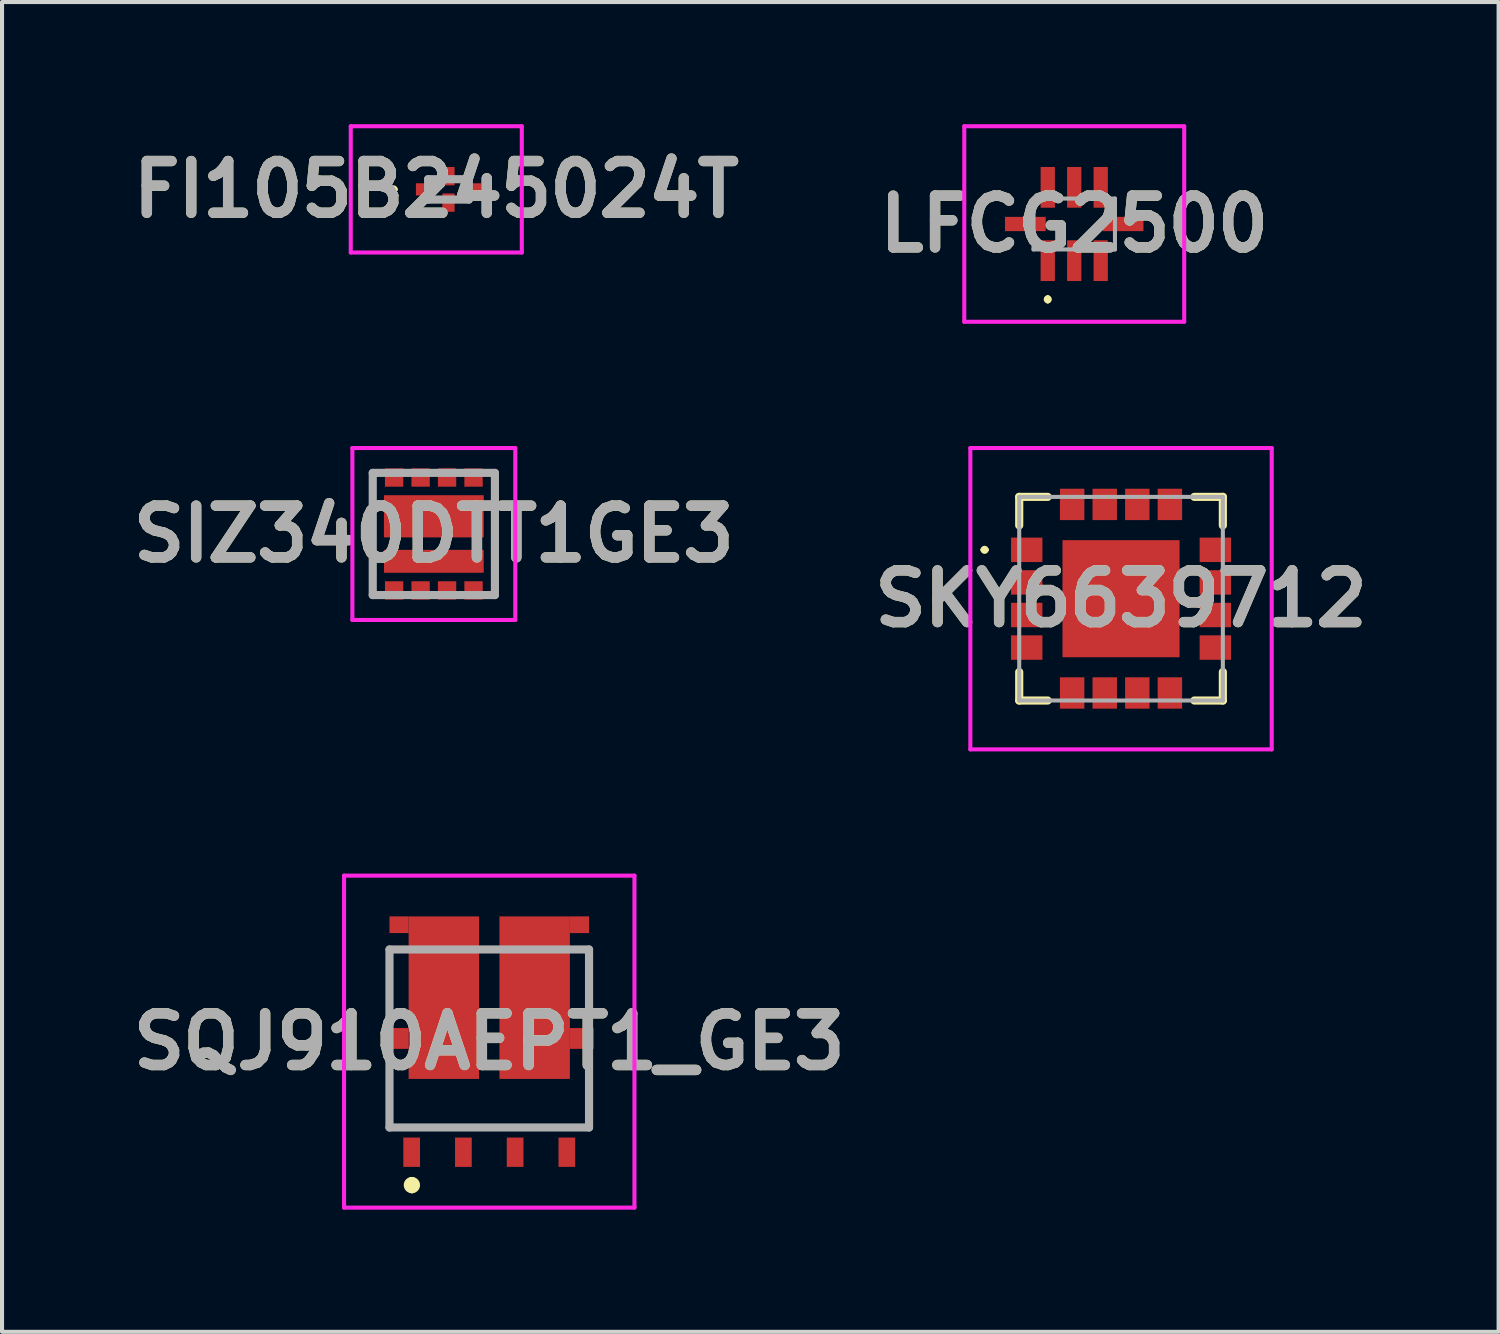
<source format=kicad_pcb>
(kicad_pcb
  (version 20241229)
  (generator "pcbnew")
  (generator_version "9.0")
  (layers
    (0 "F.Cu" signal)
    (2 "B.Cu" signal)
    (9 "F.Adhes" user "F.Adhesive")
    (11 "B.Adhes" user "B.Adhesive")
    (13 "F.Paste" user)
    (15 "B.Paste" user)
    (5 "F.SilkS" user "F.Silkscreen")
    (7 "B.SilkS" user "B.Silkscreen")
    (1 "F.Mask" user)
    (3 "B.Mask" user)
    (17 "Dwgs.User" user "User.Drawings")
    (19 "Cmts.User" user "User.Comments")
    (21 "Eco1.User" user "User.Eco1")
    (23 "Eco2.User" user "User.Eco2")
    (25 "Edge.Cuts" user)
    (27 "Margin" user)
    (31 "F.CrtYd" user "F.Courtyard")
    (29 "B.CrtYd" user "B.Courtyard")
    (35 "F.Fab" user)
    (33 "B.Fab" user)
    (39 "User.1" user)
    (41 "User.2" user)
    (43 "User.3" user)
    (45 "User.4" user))
  (footprint "LFCG2500"
    (layer "F.Cu")
    (at 23.326 2.45)
    (property "Reference" "LFCG2500" (at 0 0 0) (layer "F.SilkS") (effects (font (size 1.27 1.27) (thickness 0.254))))
    (attr smd)
    (fp_line (start -0.65 1.8) (end -0.65 1.8) (stroke (width 0.1) (type solid)) (layer "F.SilkS"))
    (fp_line (start -0.65 1.9) (end -0.65 1.9) (stroke (width 0.1) (type solid)) (layer "F.SilkS"))
    (fp_arc (start -0.65 1.8) (mid -0.6 1.85) (end -0.65 1.9) (stroke (width 0.1) (type solid)) (layer "F.SilkS"))
    (fp_arc (start -0.65 1.9) (mid -0.7 1.85) (end -0.65 1.8) (stroke (width 0.1) (type solid)) (layer "F.SilkS"))
    (fp_line (start -2.7 -2.4) (end 2.7 -2.4) (stroke (width 0.1) (type solid)) (layer "F.CrtYd"))
    (fp_line (start -2.7 2.4) (end -2.7 -2.4) (stroke (width 0.1) (type solid)) (layer "F.CrtYd"))
    (fp_line (start 2.7 -2.4) (end 2.7 2.4) (stroke (width 0.1) (type solid)) (layer "F.CrtYd"))
    (fp_line (start 2.7 2.4) (end -2.7 2.4) (stroke (width 0.1) (type solid)) (layer "F.CrtYd"))
    (fp_line (start -1 -0.625) (end 1 -0.625) (stroke (width 0.1) (type solid)) (layer "F.Fab"))
    (fp_line (start -1 0.625) (end -1 -0.625) (stroke (width 0.1) (type solid)) (layer "F.Fab"))
    (fp_line (start 1 -0.625) (end 1 0.625) (stroke (width 0.1) (type solid)) (layer "F.Fab"))
    (fp_line (start 1 0.625) (end -1 0.625) (stroke (width 0.1) (type solid)) (layer "F.Fab"))
    (fp_text user "${REFERENCE}" (at 0 0 0) (layer "F.Fab") (effects (font (size 1.27 1.27) (thickness 0.254))))
    (pad "1" smd rect (at -0.65 0.9) (size 0.35 1) (layers "F.Cu" "F.Mask" "F.Paste"))
    (pad "2" smd rect (at 0 0.9) (size 0.35 1) (layers "F.Cu" "F.Mask" "F.Paste"))
    (pad "3" smd rect (at 0.65 0.9) (size 0.35 1) (layers "F.Cu" "F.Mask" "F.Paste"))
    (pad "4" smd rect (at 1.2 0 90) (size 0.35 1) (layers "F.Cu" "F.Mask" "F.Paste"))
    (pad "5" smd rect (at 0.65 -0.9) (size 0.35 1) (layers "F.Cu" "F.Mask" "F.Paste"))
    (pad "6" smd rect (at 0 -0.9) (size 0.35 1) (layers "F.Cu" "F.Mask" "F.Paste"))
    (pad "7" smd rect (at -0.65 -0.9) (size 0.35 1) (layers "F.Cu" "F.Mask" "F.Paste"))
    (pad "8" smd rect (at -1.2 0 90) (size 0.35 1) (layers "F.Cu" "F.Mask" "F.Paste")))
  (footprint "SIZ340DTT1GE3"
    (layer "F.Cu")
    (at 7.602 10.061)
    (property "Reference" "SIZ340DTT1GE3" (at 0 0 0) (layer "F.SilkS") (effects (font (size 1.27 1.27) (thickness 0.254))))
    (attr smd)
    (fp_line (start -1.5 -1.5) (end -1.5 1.5) (stroke (width 0.1) (type solid)) (layer "F.SilkS"))
    (fp_line (start 1.5 1.5) (end 1.5 -1.5) (stroke (width 0.1) (type solid)) (layer "F.SilkS"))
    (fp_line (start -2 -2.111) (end 2 -2.111) (stroke (width 0.1) (type solid)) (layer "F.CrtYd"))
    (fp_line (start -2 2.111) (end -2 -2.111) (stroke (width 0.1) (type solid)) (layer "F.CrtYd"))
    (fp_line (start 2 -2.111) (end 2 2.111) (stroke (width 0.1) (type solid)) (layer "F.CrtYd"))
    (fp_line (start 2 2.111) (end -2 2.111) (stroke (width 0.1) (type solid)) (layer "F.CrtYd"))
    (fp_line (start -1.5 -1.5) (end 1.5 -1.5) (stroke (width 0.2) (type solid)) (layer "F.Fab"))
    (fp_line (start -1.5 1.5) (end -1.5 -1.5) (stroke (width 0.2) (type solid)) (layer "F.Fab"))
    (fp_line (start 1.5 -1.5) (end 1.5 1.5) (stroke (width 0.2) (type solid)) (layer "F.Fab"))
    (fp_line (start 1.5 1.5) (end -1.5 1.5) (stroke (width 0.2) (type solid)) (layer "F.Fab"))
    (fp_text user "${REFERENCE}" (at 0 0 0) (layer "F.Fab") (effects (font (size 1.27 1.27) (thickness 0.254))))
    (pad "1" smd rect (at -0.975 1.386 90) (size 0.45 0.45) (layers "F.Cu" "F.Mask" "F.Paste"))
    (pad "2" smd rect (at -0.325 1.386 90) (size 0.45 0.45) (layers "F.Cu" "F.Mask" "F.Paste"))
    (pad "3" smd rect (at 0.325 1.386 90) (size 0.45 0.45) (layers "F.Cu" "F.Mask" "F.Paste"))
    (pad "4" smd rect (at 0.975 1.386 90) (size 0.45 0.45) (layers "F.Cu" "F.Mask" "F.Paste"))
    (pad "5" smd rect (at 0.975 -1.386 90) (size 0.45 0.45) (layers "F.Cu" "F.Mask" "F.Paste"))
    (pad "6" smd rect (at 0.325 -1.386 90) (size 0.45 0.45) (layers "F.Cu" "F.Mask" "F.Paste"))
    (pad "7" smd rect (at -0.325 -1.386 90) (size 0.45 0.45) (layers "F.Cu" "F.Mask" "F.Paste"))
    (pad "8" smd rect (at -0.975 -1.386 90) (size 0.45 0.45) (layers "F.Cu" "F.Mask" "F.Paste"))
    (pad "9" smd rect (at 0 -0.434 90) (size 1.036 2.45) (layers "F.Cu" "F.Mask" "F.Paste"))
    (pad "10" smd rect (at 0 0.671 90) (size 0.562 2.45) (layers "F.Cu" "F.Mask" "F.Paste")))
  (footprint "FI105B245024T"
    (layer "F.Cu")
    (at 7.962 1.6)
    (property "Reference" "FI105B245024T" (at -0.3 0 0) (layer "F.SilkS") (effects (font (size 1.27 1.27) (thickness 0.254))))
    (attr smd)
    (fp_line (start -1.4 0) (end -1.4 0) (stroke (width 0.1) (type solid)) (layer "F.SilkS"))
    (fp_line (start -1.3 0) (end -1.3 0) (stroke (width 0.1) (type solid)) (layer "F.SilkS"))
    (fp_arc (start -1.4 0) (mid -1.35 -0.05) (end -1.3 0) (stroke (width 0.1) (type solid)) (layer "F.SilkS"))
    (fp_arc (start -1.3 0) (mid -1.35 0.05) (end -1.4 0) (stroke (width 0.1) (type solid)) (layer "F.SilkS"))
    (fp_line (start -2.4 -1.55) (end 1.8 -1.55) (stroke (width 0.1) (type solid)) (layer "F.CrtYd"))
    (fp_line (start -2.4 1.55) (end -2.4 -1.55) (stroke (width 0.1) (type solid)) (layer "F.CrtYd"))
    (fp_line (start 1.8 -1.55) (end 1.8 1.55) (stroke (width 0.1) (type solid)) (layer "F.CrtYd"))
    (fp_line (start 1.8 1.55) (end -2.4 1.55) (stroke (width 0.1) (type solid)) (layer "F.CrtYd"))
    (fp_line (start -0.5 -0.25) (end 0.5 -0.25) (stroke (width 0.2) (type solid)) (layer "F.Fab"))
    (fp_line (start -0.5 0.25) (end -0.5 -0.25) (stroke (width 0.2) (type solid)) (layer "F.Fab"))
    (fp_line (start 0.5 -0.25) (end 0.5 0.25) (stroke (width 0.2) (type solid)) (layer "F.Fab"))
    (fp_line (start 0.5 0.25) (end -0.5 0.25) (stroke (width 0.2) (type solid)) (layer "F.Fab"))
    (fp_text user "${REFERENCE}" (at -0.3 0 0) (layer "F.Fab") (effects (font (size 1.27 1.27) (thickness 0.254))))
    (pad "1" smd rect (at -0.575 0 90) (size 0.3 0.45) (layers "F.Cu" "F.Mask" "F.Paste"))
    (pad "2" smd rect (at 0 0.325) (size 0.3 0.45) (layers "F.Cu" "F.Mask" "F.Paste"))
    (pad "3" smd rect (at 0.575 0 90) (size 0.3 0.45) (layers "F.Cu" "F.Mask" "F.Paste"))
    (pad "4" smd rect (at 0 -0.325) (size 0.3 0.45) (layers "F.Cu" "F.Mask" "F.Paste")))
  (footprint "SQJ910AEPT1_GE3"
    (layer "F.Cu")
    (at 8.963 22.448)
    (property "Reference" "SQJ910AEPT1_GE3" (at 0 0.077 0) (layer "F.SilkS") (effects (font (size 1.27 1.27) (thickness 0.254))))
    (attr smd)
    (fp_line (start -2.45 1) (end -2.446 2.185) (stroke (width 0.1) (type solid)) (layer "F.SilkS"))
    (fp_line (start -2.446 -2.185) (end -2.446 -0.5) (stroke (width 0.1) (type solid)) (layer "F.SilkS"))
    (fp_line (start -2.446 2.185) (end 2.45 2.185) (stroke (width 0.1) (type solid)) (layer "F.SilkS"))
    (fp_line (start -1.9 3.5) (end -1.9 3.5) (stroke (width 0.2) (type solid)) (layer "F.SilkS"))
    (fp_line (start -1.9 3.7) (end -1.9 3.7) (stroke (width 0.2) (type solid)) (layer "F.SilkS"))
    (fp_line (start 2.45 -2.185) (end 2.45 -0.5) (stroke (width 0.1) (type solid)) (layer "F.SilkS"))
    (fp_line (start 2.45 2.185) (end 2.45 1) (stroke (width 0.1) (type solid)) (layer "F.SilkS"))
    (fp_arc (start -1.9 3.5) (mid -1.8 3.6) (end -1.9 3.7) (stroke (width 0.2) (type solid)) (layer "F.SilkS"))
    (fp_arc (start -1.9 3.7) (mid -2 3.6) (end -1.9 3.5) (stroke (width 0.2) (type solid)) (layer "F.SilkS"))
    (fp_line (start -3.565 -3.998) (end 3.565 -3.998) (stroke (width 0.1) (type solid)) (layer "F.CrtYd"))
    (fp_line (start -3.565 4.153) (end -3.565 -3.998) (stroke (width 0.1) (type solid)) (layer "F.CrtYd"))
    (fp_line (start 3.565 -3.998) (end 3.565 4.153) (stroke (width 0.1) (type solid)) (layer "F.CrtYd"))
    (fp_line (start 3.565 4.153) (end -3.565 4.153) (stroke (width 0.1) (type solid)) (layer "F.CrtYd"))
    (fp_line (start -2.45 -2.185) (end 2.45 -2.185) (stroke (width 0.2) (type solid)) (layer "F.Fab"))
    (fp_line (start -2.45 2.185) (end -2.45 -2.185) (stroke (width 0.2) (type solid)) (layer "F.Fab"))
    (fp_line (start 2.45 -2.185) (end 2.45 2.185) (stroke (width 0.2) (type solid)) (layer "F.Fab"))
    (fp_line (start 2.45 2.185) (end -2.45 2.185) (stroke (width 0.2) (type solid)) (layer "F.Fab"))
    (fp_text user "${REFERENCE}" (at 0 0.077 0) (layer "F.Fab") (effects (font (size 1.27 1.27) (thickness 0.254))))
    (pad "1" smd rect (at -1.905 2.793) (size 0.41 0.72) (layers "F.Cu" "F.Mask" "F.Paste"))
    (pad "2" smd rect (at -0.635 2.793) (size 0.41 0.72) (layers "F.Cu" "F.Mask" "F.Paste"))
    (pad "3" smd rect (at 0.635 2.793) (size 0.41 0.72) (layers "F.Cu" "F.Mask" "F.Paste"))
    (pad "4" smd rect (at 1.905 2.793) (size 0.41 0.72) (layers "F.Cu" "F.Mask" "F.Paste"))
    (pad "5" smd rect (at -1.115 -1.002) (size 1.73 3.99) (layers "F.Cu" "F.Mask" "F.Paste"))
    (pad "6" smd rect (at 1.115 -1.002) (size 1.73 3.99) (layers "F.Cu" "F.Mask" "F.Paste"))
    (pad "7" smd rect (at 2.215 -2.793 90) (size 0.41 0.47) (layers "F.Cu" "F.Mask" "F.Paste"))
    (pad "8" smd rect (at -2.215 -2.793 90) (size 0.41 0.47) (layers "F.Cu" "F.Mask" "F.Paste"))
    (pad "9" smd rect (at -2.272 0 90) (size 0.51 0.585) (layers "F.Cu" "F.Mask" "F.Paste"))
    (pad "10" smd rect (at 2.272 0 90) (size 0.51 0.585) (layers "F.Cu" "F.Mask" "F.Paste")))
  (footprint "SKY6639712"
    (layer "F.Cu")
    (at 24.475 11.65)
    (property "Reference" "SKY6639712" (at 0 0 0) (layer "F.SilkS") (effects (font (size 1.27 1.27) (thickness 0.254))))
    (attr smd)
    (fp_line (start -3.4 -1.2) (end -3.4 -1.2) (stroke (width 0.1) (type solid)) (layer "F.SilkS"))
    (fp_line (start -3.3 -1.2) (end -3.3 -1.2) (stroke (width 0.1) (type solid)) (layer "F.SilkS"))
    (fp_line (start -2.5 -2.5) (end -2.5 -1.8) (stroke (width 0.2) (type solid)) (layer "F.SilkS"))
    (fp_line (start -2.5 1.8) (end -2.5 2.5) (stroke (width 0.2) (type solid)) (layer "F.SilkS"))
    (fp_line (start -2.5 2.5) (end -1.8 2.5) (stroke (width 0.2) (type solid)) (layer "F.SilkS"))
    (fp_line (start -1.8 -2.5) (end -2.5 -2.5) (stroke (width 0.2) (type solid)) (layer "F.SilkS"))
    (fp_line (start 1.8 -2.5) (end 2.5 -2.5) (stroke (width 0.2) (type solid)) (layer "F.SilkS"))
    (fp_line (start 1.8 2.5) (end 2.5 2.5) (stroke (width 0.2) (type solid)) (layer "F.SilkS"))
    (fp_line (start 2.5 -2.5) (end 2.5 -1.8) (stroke (width 0.2) (type solid)) (layer "F.SilkS"))
    (fp_line (start 2.5 2.5) (end 2.5 1.8) (stroke (width 0.2) (type solid)) (layer "F.SilkS"))
    (fp_arc (start -3.4 -1.2) (mid -3.35 -1.25) (end -3.3 -1.2) (stroke (width 0.1) (type solid)) (layer "F.SilkS"))
    (fp_arc (start -3.3 -1.2) (mid -3.35 -1.15) (end -3.4 -1.2) (stroke (width 0.1) (type solid)) (layer "F.SilkS"))
    (fp_line (start -3.7 -3.7) (end 3.7 -3.7) (stroke (width 0.1) (type solid)) (layer "F.CrtYd"))
    (fp_line (start -3.7 3.7) (end -3.7 -3.7) (stroke (width 0.1) (type solid)) (layer "F.CrtYd"))
    (fp_line (start 3.7 -3.7) (end 3.7 3.7) (stroke (width 0.1) (type solid)) (layer "F.CrtYd"))
    (fp_line (start 3.7 3.7) (end -3.7 3.7) (stroke (width 0.1) (type solid)) (layer "F.CrtYd"))
    (fp_line (start -2.5 -2.5) (end -2.5 2.5) (stroke (width 0.1) (type solid)) (layer "F.Fab"))
    (fp_line (start -2.5 2.5) (end 2.5 2.5) (stroke (width 0.1) (type solid)) (layer "F.Fab"))
    (fp_line (start 2.5 -2.5) (end -2.5 -2.5) (stroke (width 0.1) (type solid)) (layer "F.Fab"))
    (fp_line (start 2.5 2.5) (end 2.5 -2.5) (stroke (width 0.1) (type solid)) (layer "F.Fab"))
    (fp_text user "${REFERENCE}" (at 0 0 0) (layer "F.Fab") (effects (font (size 1.27 1.27) (thickness 0.254))))
    (pad "1" smd rect (at -2.315 -1.2 90) (size 0.6 0.77) (layers "F.Cu" "F.Mask" "F.Paste"))
    (pad "2" smd rect (at -2.315 -0.4 90) (size 0.6 0.77) (layers "F.Cu" "F.Mask" "F.Paste"))
    (pad "3" smd rect (at -2.315 0.4 90) (size 0.6 0.77) (layers "F.Cu" "F.Mask" "F.Paste"))
    (pad "4" smd rect (at -2.315 1.2 90) (size 0.6 0.77) (layers "F.Cu" "F.Mask" "F.Paste"))
    (pad "5" smd rect (at -1.2 2.315) (size 0.6 0.77) (layers "F.Cu" "F.Mask" "F.Paste"))
    (pad "6" smd rect (at -0.4 2.315) (size 0.6 0.77) (layers "F.Cu" "F.Mask" "F.Paste"))
    (pad "7" smd rect (at 0.4 2.315) (size 0.6 0.77) (layers "F.Cu" "F.Mask" "F.Paste"))
    (pad "8" smd rect (at 1.2 2.315) (size 0.6 0.77) (layers "F.Cu" "F.Mask" "F.Paste"))
    (pad "9" smd rect (at 2.315 1.2 90) (size 0.6 0.77) (layers "F.Cu" "F.Mask" "F.Paste"))
    (pad "10" smd rect (at 2.315 0.4 90) (size 0.6 0.77) (layers "F.Cu" "F.Mask" "F.Paste"))
    (pad "11" smd rect (at 2.315 -0.4 90) (size 0.6 0.77) (layers "F.Cu" "F.Mask" "F.Paste"))
    (pad "12" smd rect (at 2.315 -1.2 90) (size 0.6 0.77) (layers "F.Cu" "F.Mask" "F.Paste"))
    (pad "13" smd rect (at 1.2 -2.315) (size 0.6 0.77) (layers "F.Cu" "F.Mask" "F.Paste"))
    (pad "14" smd rect (at 0.4 -2.315) (size 0.6 0.77) (layers "F.Cu" "F.Mask" "F.Paste"))
    (pad "15" smd rect (at -0.4 -2.315) (size 0.6 0.77) (layers "F.Cu" "F.Mask" "F.Paste"))
    (pad "16" smd rect (at -1.2 -2.315) (size 0.6 0.77) (layers "F.Cu" "F.Mask" "F.Paste"))
    (pad "17" smd rect (at 0 0 90) (size 2.875 2.875) (layers "F.Cu" "F.Mask" "F.Paste")))
  (gr_rect
    (start -3 -3)
    (end 33.746 29.651)
    (stroke (width 0.1) (type default))
    (fill no)
    (layer "Edge.Cuts")))
</source>
